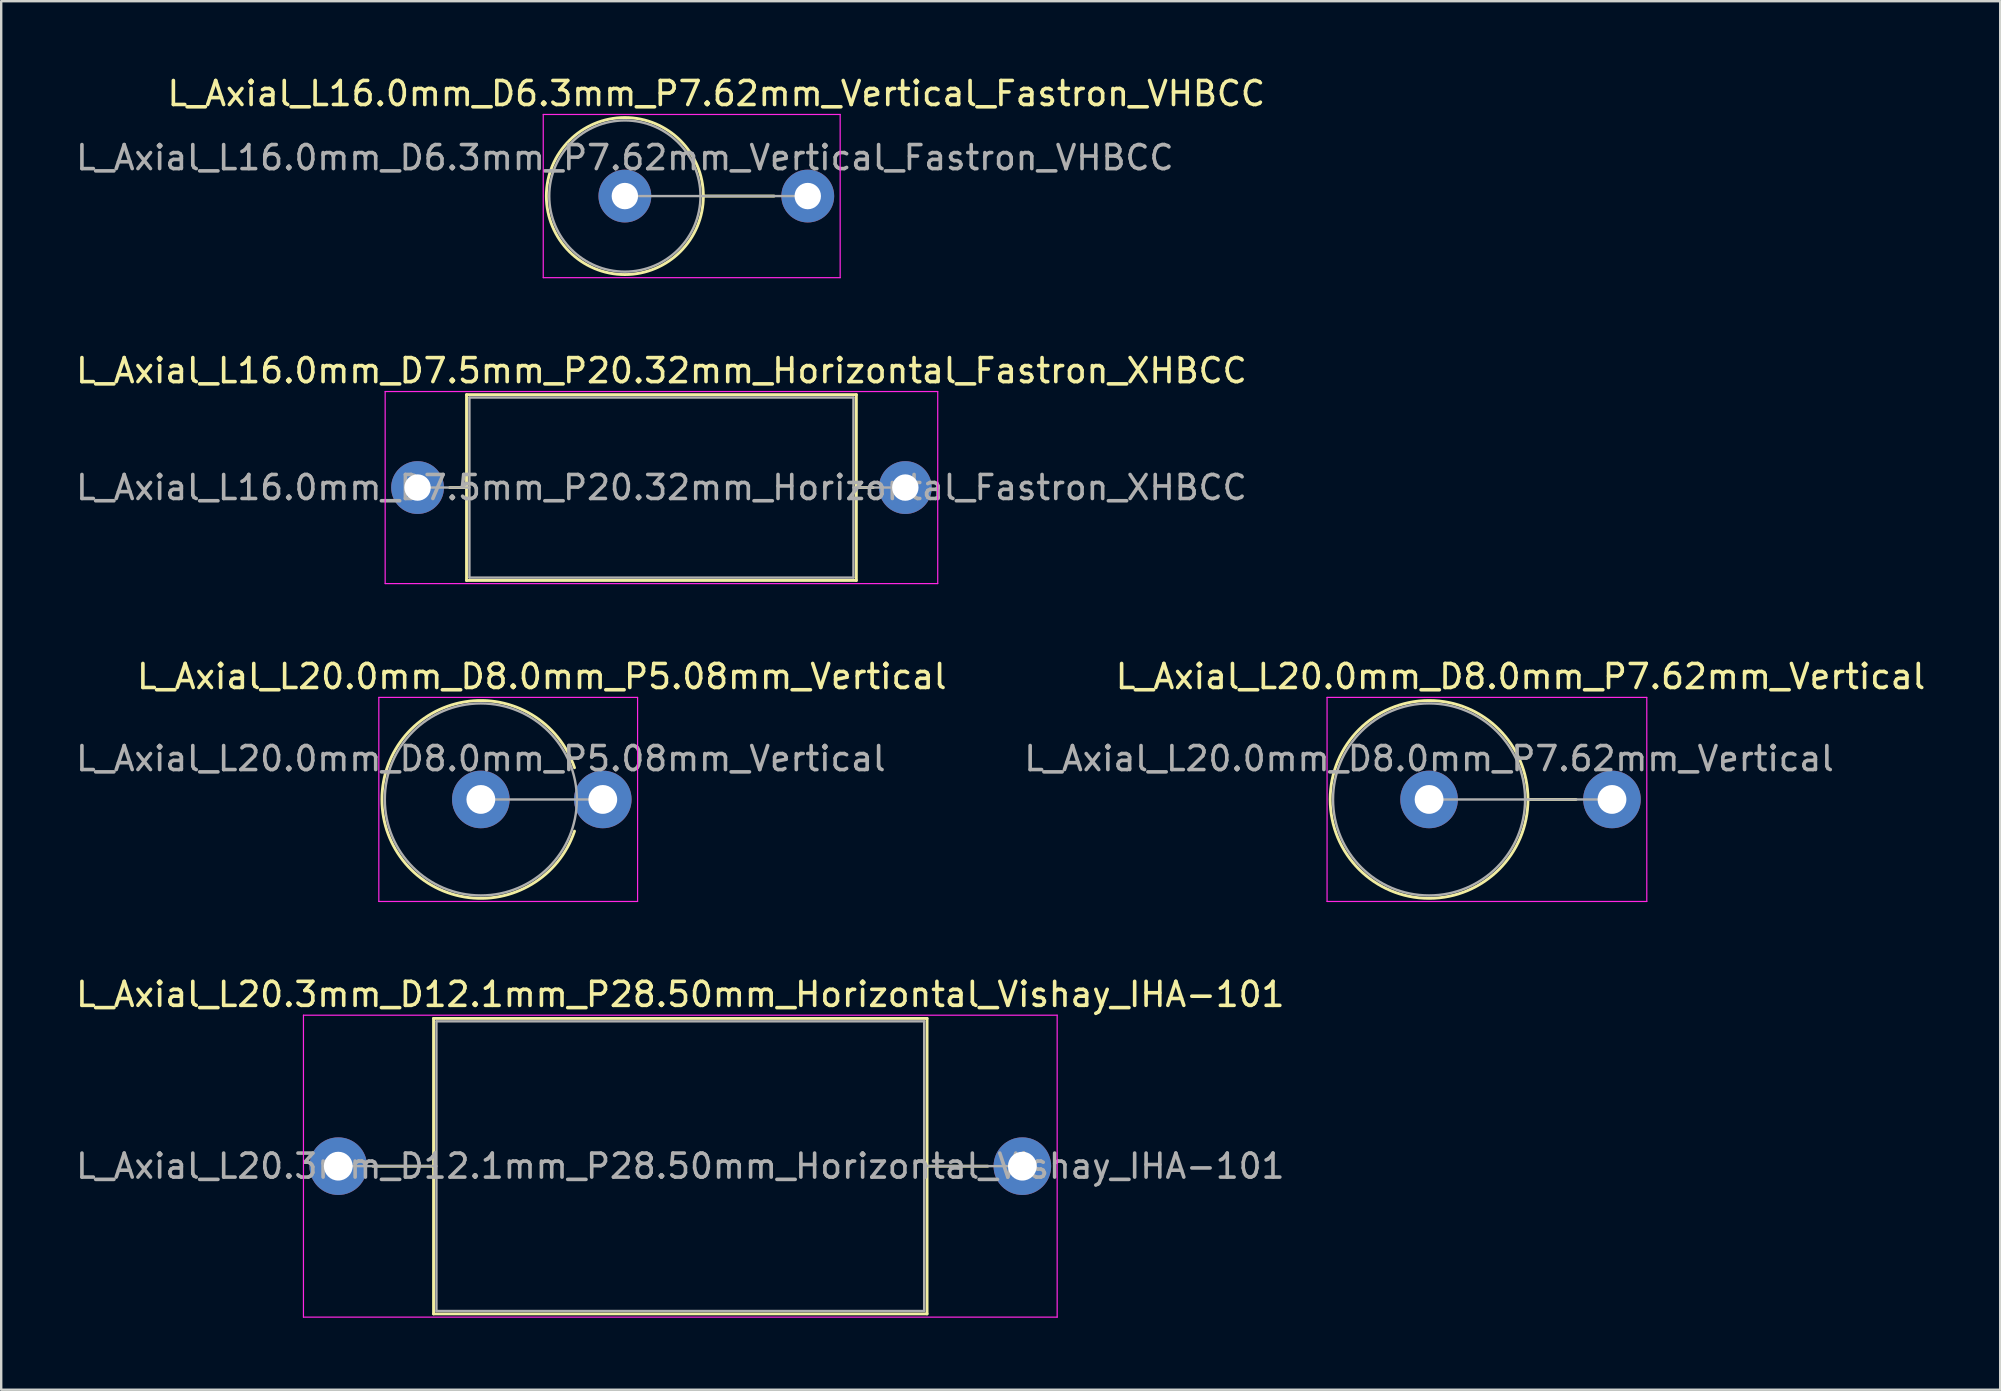
<source format=kicad_pcb>
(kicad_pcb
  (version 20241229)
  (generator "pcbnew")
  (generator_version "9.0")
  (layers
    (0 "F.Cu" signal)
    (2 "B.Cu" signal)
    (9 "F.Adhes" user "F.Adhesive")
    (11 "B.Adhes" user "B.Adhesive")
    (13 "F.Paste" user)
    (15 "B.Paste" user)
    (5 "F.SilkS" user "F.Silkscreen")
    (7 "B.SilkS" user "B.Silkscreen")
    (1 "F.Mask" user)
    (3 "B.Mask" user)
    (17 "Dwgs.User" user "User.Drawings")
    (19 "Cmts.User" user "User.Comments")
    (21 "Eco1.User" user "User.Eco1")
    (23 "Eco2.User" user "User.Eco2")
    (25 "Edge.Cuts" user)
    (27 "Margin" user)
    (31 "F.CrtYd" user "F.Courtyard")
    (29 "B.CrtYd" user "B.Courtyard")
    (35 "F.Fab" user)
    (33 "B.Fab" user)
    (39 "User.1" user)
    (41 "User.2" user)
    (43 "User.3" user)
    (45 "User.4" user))
  (footprint "L_Axial_L16.0mm_D7.5mm_P20.32mm_Horizontal_Fastron_XHBCC"
    (layer "F.Cu")
    (at 14.346 17.262)
    (property "Reference" "L_Axial_L16.0mm_D7.5mm_P20.32mm_Horizontal_Fastron_XHBCC" (at 10.16 -4.87 0) (layer "F.SilkS") (effects (font (size 1 1) (thickness 0.15))))
    (attr through_hole)
    (fp_line (start 1.34 0) (end 2.04 0) (stroke (width 0.12) (type solid)) (layer "F.SilkS"))
    (fp_line (start 2.04 -3.87) (end 2.04 3.87) (stroke (width 0.12) (type solid)) (layer "F.SilkS"))
    (fp_line (start 2.04 3.87) (end 18.28 3.87) (stroke (width 0.12) (type solid)) (layer "F.SilkS"))
    (fp_line (start 18.28 -3.87) (end 2.04 -3.87) (stroke (width 0.12) (type solid)) (layer "F.SilkS"))
    (fp_line (start 18.28 3.87) (end 18.28 -3.87) (stroke (width 0.12) (type solid)) (layer "F.SilkS"))
    (fp_line (start 18.98 0) (end 18.28 0) (stroke (width 0.12) (type solid)) (layer "F.SilkS"))
    (fp_line (start -1.35 -4) (end -1.35 4) (stroke (width 0.05) (type solid)) (layer "F.CrtYd"))
    (fp_line (start -1.35 4) (end 21.67 4) (stroke (width 0.05) (type solid)) (layer "F.CrtYd"))
    (fp_line (start 21.67 -4) (end -1.35 -4) (stroke (width 0.05) (type solid)) (layer "F.CrtYd"))
    (fp_line (start 21.67 4) (end 21.67 -4) (stroke (width 0.05) (type solid)) (layer "F.CrtYd"))
    (fp_line (start 0 0) (end 2.16 0) (stroke (width 0.1) (type solid)) (layer "F.Fab"))
    (fp_line (start 2.16 -3.75) (end 2.16 3.75) (stroke (width 0.1) (type solid)) (layer "F.Fab"))
    (fp_line (start 2.16 3.75) (end 18.16 3.75) (stroke (width 0.1) (type solid)) (layer "F.Fab"))
    (fp_line (start 18.16 -3.75) (end 2.16 -3.75) (stroke (width 0.1) (type solid)) (layer "F.Fab"))
    (fp_line (start 18.16 3.75) (end 18.16 -3.75) (stroke (width 0.1) (type solid)) (layer "F.Fab"))
    (fp_line (start 20.32 0) (end 18.16 0) (stroke (width 0.1) (type solid)) (layer "F.Fab"))
    (fp_text user "${REFERENCE}" (at 10.16 0 0) (layer "F.Fab") (effects (font (size 1 1) (thickness 0.15))))
    (pad "1" thru_hole circle (at 0 0) (size 2.2 2.2) (drill 1.1) (layers "*.Cu" "*.Mask"))
    (pad "2" thru_hole oval (at 20.32 0) (size 2.2 2.2) (drill 1.1) (layers "*.Cu" "*.Mask")))
  (footprint "L_Axial_L20.3mm_D12.1mm_P28.50mm_Horizontal_Vishay_IHA-101"
    (layer "F.Cu")
    (at 11.042 45.533)
    (property "Reference" "L_Axial_L20.3mm_D12.1mm_P28.50mm_Horizontal_Vishay_IHA-101" (at 14.25 -7.155 0) (layer "F.SilkS") (effects (font (size 1 1) (thickness 0.15))))
    (attr through_hole)
    (fp_line (start 1.44 0) (end 3.97 0) (stroke (width 0.12) (type solid)) (layer "F.SilkS"))
    (fp_line (start 3.97 -6.155) (end 3.97 6.155) (stroke (width 0.12) (type solid)) (layer "F.SilkS"))
    (fp_line (start 3.97 6.155) (end 24.53 6.155) (stroke (width 0.12) (type solid)) (layer "F.SilkS"))
    (fp_line (start 24.53 -6.155) (end 3.97 -6.155) (stroke (width 0.12) (type solid)) (layer "F.SilkS"))
    (fp_line (start 24.53 6.155) (end 24.53 -6.155) (stroke (width 0.12) (type solid)) (layer "F.SilkS"))
    (fp_line (start 27.06 0) (end 24.53 0) (stroke (width 0.12) (type solid)) (layer "F.SilkS"))
    (fp_line (start -1.45 -6.29) (end -1.45 6.29) (stroke (width 0.05) (type solid)) (layer "F.CrtYd"))
    (fp_line (start -1.45 6.29) (end 29.95 6.29) (stroke (width 0.05) (type solid)) (layer "F.CrtYd"))
    (fp_line (start 29.95 -6.29) (end -1.45 -6.29) (stroke (width 0.05) (type solid)) (layer "F.CrtYd"))
    (fp_line (start 29.95 6.29) (end 29.95 -6.29) (stroke (width 0.05) (type solid)) (layer "F.CrtYd"))
    (fp_line (start 0 0) (end 4.09 0) (stroke (width 0.1) (type solid)) (layer "F.Fab"))
    (fp_line (start 4.09 -6.035) (end 4.09 6.035) (stroke (width 0.1) (type solid)) (layer "F.Fab"))
    (fp_line (start 4.09 6.035) (end 24.41 6.035) (stroke (width 0.1) (type solid)) (layer "F.Fab"))
    (fp_line (start 24.41 -6.035) (end 4.09 -6.035) (stroke (width 0.1) (type solid)) (layer "F.Fab"))
    (fp_line (start 24.41 6.035) (end 24.41 -6.035) (stroke (width 0.1) (type solid)) (layer "F.Fab"))
    (fp_line (start 28.5 0) (end 24.41 0) (stroke (width 0.1) (type solid)) (layer "F.Fab"))
    (fp_text user "${REFERENCE}" (at 14.25 0 0) (layer "F.Fab") (effects (font (size 1 1) (thickness 0.15))))
    (pad "1" thru_hole circle (at 0 0) (size 2.4 2.4) (drill 1.2) (layers "*.Cu" "*.Mask"))
    (pad "2" thru_hole oval (at 28.5 0) (size 2.4 2.4) (drill 1.2) (layers "*.Cu" "*.Mask")))
  (footprint "L_Axial_L16.0mm_D6.3mm_P7.62mm_Vertical_Fastron_VHBCC"
    (layer "F.Cu")
    (at 22.982 5.118)
    (property "Reference" "L_Axial_L16.0mm_D6.3mm_P7.62mm_Vertical_Fastron_VHBCC" (at 3.81 -4.27 0) (layer "F.SilkS") (effects (font (size 1 1) (thickness 0.15))))
    (attr through_hole)
    (fp_line (start 3.27 0) (end 6.22 0) (stroke (width 0.12) (type solid)) (layer "F.SilkS"))
    (fp_circle (center 0 0) (end 3.27 0) (stroke (width 0.12) (type solid)) (fill no) (layer "F.SilkS"))
    (fp_line (start -3.4 -3.4) (end -3.4 3.4) (stroke (width 0.05) (type solid)) (layer "F.CrtYd"))
    (fp_line (start -3.4 3.4) (end 8.97 3.4) (stroke (width 0.05) (type solid)) (layer "F.CrtYd"))
    (fp_line (start 8.97 -3.4) (end -3.4 -3.4) (stroke (width 0.05) (type solid)) (layer "F.CrtYd"))
    (fp_line (start 8.97 3.4) (end 8.97 -3.4) (stroke (width 0.05) (type solid)) (layer "F.CrtYd"))
    (fp_line (start 0 0) (end 7.62 0) (stroke (width 0.1) (type solid)) (layer "F.Fab"))
    (fp_circle (center 0 0) (end 3.15 0) (stroke (width 0.1) (type solid)) (fill no) (layer "F.Fab"))
    (fp_text user "${REFERENCE}" (at 0 -1.6 0) (layer "F.Fab") (effects (font (size 1 1) (thickness 0.15))))
    (pad "1" thru_hole circle (at 0 0) (size 2.2 2.2) (drill 1.1) (layers "*.Cu" "*.Mask"))
    (pad "2" thru_hole oval (at 7.62 0) (size 2.2 2.2) (drill 1.1) (layers "*.Cu" "*.Mask")))
  (footprint "L_Axial_L20.0mm_D8.0mm_P7.62mm_Vertical"
    (layer "F.Cu")
    (at 56.486 30.255)
    (property "Reference" "L_Axial_L20.0mm_D8.0mm_P7.62mm_Vertical" (at 3.81 -5.12 0) (layer "F.SilkS") (effects (font (size 1 1) (thickness 0.15))))
    (attr through_hole)
    (fp_line (start 4.12 0) (end 6.12 0) (stroke (width 0.12) (type solid)) (layer "F.SilkS"))
    (fp_circle (center 0 0) (end 4.12 0) (stroke (width 0.12) (type solid)) (fill no) (layer "F.SilkS"))
    (fp_line (start -4.25 -4.25) (end -4.25 4.25) (stroke (width 0.05) (type solid)) (layer "F.CrtYd"))
    (fp_line (start -4.25 4.25) (end 9.07 4.25) (stroke (width 0.05) (type solid)) (layer "F.CrtYd"))
    (fp_line (start 9.07 -4.25) (end -4.25 -4.25) (stroke (width 0.05) (type solid)) (layer "F.CrtYd"))
    (fp_line (start 9.07 4.25) (end 9.07 -4.25) (stroke (width 0.05) (type solid)) (layer "F.CrtYd"))
    (fp_line (start 0 0) (end 7.62 0) (stroke (width 0.1) (type solid)) (layer "F.Fab"))
    (fp_circle (center 0 0) (end 4 0) (stroke (width 0.1) (type solid)) (fill no) (layer "F.Fab"))
    (fp_text user "${REFERENCE}" (at 0 -1.7 0) (layer "F.Fab") (effects (font (size 1 1) (thickness 0.15))))
    (pad "1" thru_hole circle (at 0 0) (size 2.4 2.4) (drill 1.2) (layers "*.Cu" "*.Mask"))
    (pad "2" thru_hole oval (at 7.62 0) (size 2.4 2.4) (drill 1.2) (layers "*.Cu" "*.Mask")))
  (footprint "L_Axial_L20.0mm_D8.0mm_P5.08mm_Vertical"
    (layer "F.Cu")
    (at 16.982 30.255)
    (property "Reference" "L_Axial_L20.0mm_D8.0mm_P5.08mm_Vertical" (at 2.54 -5.12 0) (layer "F.SilkS") (effects (font (size 1 1) (thickness 0.15))))
    (attr through_hole)
    (fp_arc (start 3.902819 1.32) (mid -4.12 0) (end 3.902819 -1.32) (stroke (width 0.12) (type solid)) (layer "F.SilkS"))
    (fp_line (start -4.25 -4.25) (end -4.25 4.25) (stroke (width 0.05) (type solid)) (layer "F.CrtYd"))
    (fp_line (start -4.25 4.25) (end 6.53 4.25) (stroke (width 0.05) (type solid)) (layer "F.CrtYd"))
    (fp_line (start 6.53 -4.25) (end -4.25 -4.25) (stroke (width 0.05) (type solid)) (layer "F.CrtYd"))
    (fp_line (start 6.53 4.25) (end 6.53 -4.25) (stroke (width 0.05) (type solid)) (layer "F.CrtYd"))
    (fp_line (start 0 0) (end 5.08 0) (stroke (width 0.1) (type solid)) (layer "F.Fab"))
    (fp_circle (center 0 0) (end 4 0) (stroke (width 0.1) (type solid)) (fill no) (layer "F.Fab"))
    (fp_text user "${REFERENCE}" (at 0 -1.7 0) (layer "F.Fab") (effects (font (size 1 1) (thickness 0.15))))
    (pad "1" thru_hole circle (at 0 0) (size 2.4 2.4) (drill 1.2) (layers "*.Cu" "*.Mask"))
    (pad "2" thru_hole oval (at 5.08 0) (size 2.4 2.4) (drill 1.2) (layers "*.Cu" "*.Mask")))
  (gr_rect
    (start -3 -3)
    (end 80.279 54.848)
    (stroke (width 0.1) (type default))
    (fill no)
    (layer "Edge.Cuts")))
</source>
